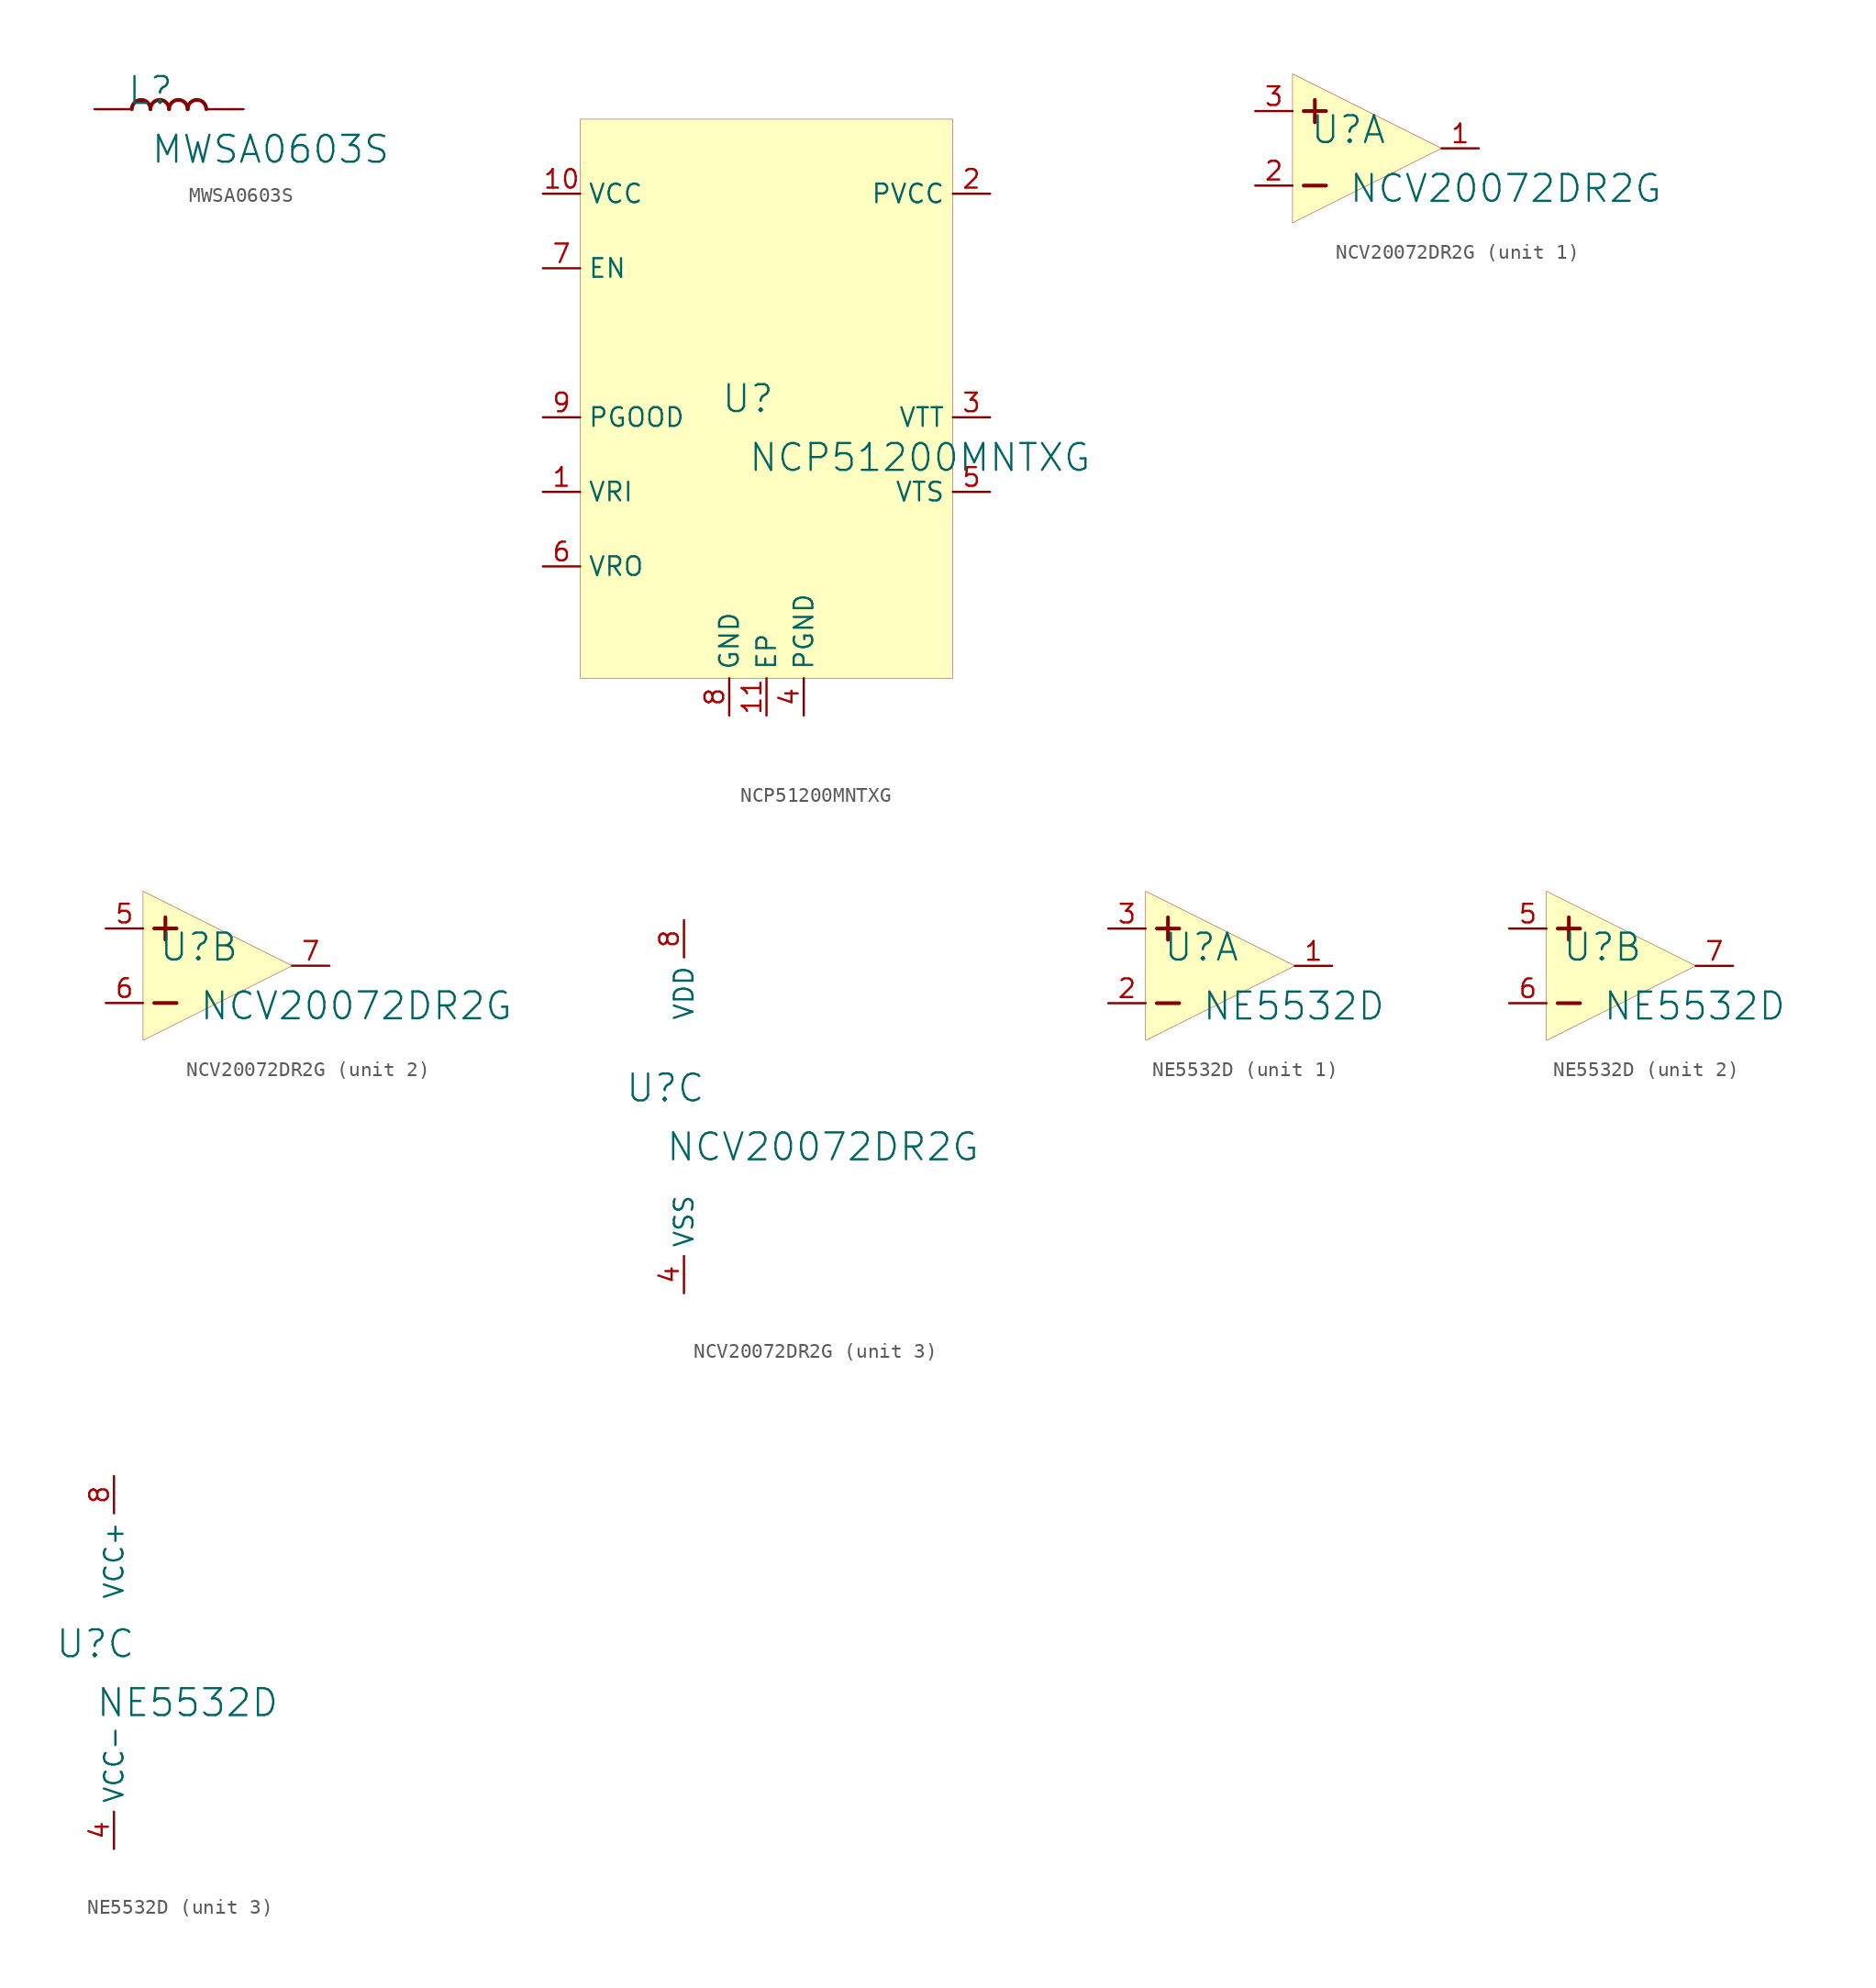
<source format=kicad_sym>
(kicad_symbol_lib
  (version 20231120)
  (generator "kicad_symbol_editor")
  (generator_version "8.0")
  (symbol "MWSA0603S"
    (property "Reference" "L"
      (at -1.27 1.27 0)
      (effects (font (size 1.829 1.829))))
    (property "Value" "MWSA0603S"
      (at -1.27 -3.81 0)
      (effects (font (size 1.829 1.829)) (justify left bottom)))
    (symbol "MWSA0603S_1_0"
      (arc (start -1.27 0) (mid -1.905 0.635) (end -2.54 0) (stroke (width 0.254) (type solid)) (fill (type none)))
      (arc (start 0 0) (mid -0.635 0.635) (end -1.27 0) (stroke (width 0.254) (type solid)) (fill (type none)))
      (arc (start 1.27 0) (mid 0.635 0.635) (end 0 0) (stroke (width 0.254) (type solid)) (fill (type none)))
      (arc (start 2.54 0) (mid 1.905 0.635) (end 1.27 0) (stroke (width 0.254) (type solid)) (fill (type none)))
      (pin passive line (at -5.08 0 0) (length 2.54) (name "1" (effects (font (size 0 0)))) (number "1" (effects (font (size 0 0)))))
      (pin passive line (at 5.08 0 180) (length 2.54) (name "2" (effects (font (size 0 0)))) (number "2" (effects (font (size 0 0)))))))
  (symbol "NCP51200MNTXG"
    (property "Reference" "U"
      (at -1.27 1.27 0)
      (effects (font (size 1.829 1.829))))
    (property "Value" "NCP51200MNTXG"
      (at -1.27 -3.81 0)
      (effects (font (size 1.829 1.829)) (justify left bottom)))
    (symbol "NCP51200MNTXG_1_0"
      (rectangle (start 12.7 20.32) (end -12.7 -17.78) (stroke (width 0.025) (type solid) (color 128 0 0 1)) (fill (type background)))
      (pin passive line (at -15.24 -5.08 0) (length 2.54) (name "VRI" (effects (font (size 1.27 1.27)))) (number "1" (effects (font (size 1.27 1.27)))))
      (pin passive line (at -15.24 15.24 0) (length 2.54) (name "VCC" (effects (font (size 1.27 1.27)))) (number "10" (effects (font (size 1.27 1.27)))))
      (pin passive line (at 0 -20.32 90) (length 2.54) (name "EP" (effects (font (size 1.27 1.27)))) (number "11" (effects (font (size 1.27 1.27)))))
      (pin passive line (at 15.24 15.24 180) (length 2.54) (name "PVCC" (effects (font (size 1.27 1.27)))) (number "2" (effects (font (size 1.27 1.27)))))
      (pin passive line (at 15.24 0 180) (length 2.54) (name "VTT" (effects (font (size 1.27 1.27)))) (number "3" (effects (font (size 1.27 1.27)))))
      (pin passive line (at 2.54 -20.32 90) (length 2.54) (name "PGND" (effects (font (size 1.27 1.27)))) (number "4" (effects (font (size 1.27 1.27)))))
      (pin passive line (at 15.24 -5.08 180) (length 2.54) (name "VTS" (effects (font (size 1.27 1.27)))) (number "5" (effects (font (size 1.27 1.27)))))
      (pin passive line (at -15.24 -10.16 0) (length 2.54) (name "VRO" (effects (font (size 1.27 1.27)))) (number "6" (effects (font (size 1.27 1.27)))))
      (pin passive line (at -15.24 10.16 0) (length 2.54) (name "EN" (effects (font (size 1.27 1.27)))) (number "7" (effects (font (size 1.27 1.27)))))
      (pin passive line (at -2.54 -20.32 90) (length 2.54) (name "GND" (effects (font (size 1.27 1.27)))) (number "8" (effects (font (size 1.27 1.27)))))
      (pin passive line (at -15.24 0 0) (length 2.54) (name "PGOOD" (effects (font (size 1.27 1.27)))) (number "9" (effects (font (size 1.27 1.27)))))))
  (symbol "NCV20072DR2G"
    (property "Reference" "U"
      (at -1.27 1.27 0)
      (effects (font (size 1.829 1.829))))
    (property "Value" "NCV20072DR2G"
      (at -1.27 -3.81 0)
      (effects (font (size 1.829 1.829)) (justify left bottom)))
    (symbol "NCV20072DR2G_1_0"
      (polyline (pts (xy -4.318 -2.54) (xy -2.794 -2.54)) (stroke (width 0.254) (type solid)) (fill (type none)))
      (polyline (pts (xy -4.318 2.54) (xy -2.794 2.54)) (stroke (width 0.254) (type solid)) (fill (type none)))
      (polyline (pts (xy -3.556 1.778) (xy -3.556 3.302)) (stroke (width 0.254) (type solid)) (fill (type none)))
      (polyline (pts (xy 5.08 0) (xy -5.08 5.08) (xy -5.08 -5.08) (xy 5.08 0) (xy 5.08 0)) (stroke (width 0.025) (type solid)) (fill (type background)))
      (pin output line (at 7.62 0 180) (length 2.54) (name "1OUT" (effects (font (size 0 0)))) (number "1" (effects (font (size 1.27 1.27)))))
      (pin input line (at -7.62 -2.54 0) (length 2.54) (name "1IN-" (effects (font (size 0 0)))) (number "2" (effects (font (size 1.27 1.27)))))
      (pin input line (at -7.62 2.54 0) (length 2.54) (name "1IN+" (effects (font (size 0 0)))) (number "3" (effects (font (size 1.27 1.27))))))
    (symbol "NCV20072DR2G_2_0"
      (polyline (pts (xy -4.318 -2.54) (xy -2.794 -2.54)) (stroke (width 0.254) (type solid)) (fill (type none)))
      (polyline (pts (xy -4.318 2.54) (xy -2.794 2.54)) (stroke (width 0.254) (type solid)) (fill (type none)))
      (polyline (pts (xy -3.556 1.778) (xy -3.556 3.302)) (stroke (width 0.254) (type solid)) (fill (type none)))
      (polyline (pts (xy 5.08 0) (xy -5.08 5.08) (xy -5.08 -5.08) (xy 5.08 0) (xy 5.08 0)) (stroke (width 0.025) (type solid)) (fill (type background)))
      (pin input line (at -7.62 2.54 0) (length 2.54) (name "2IN+" (effects (font (size 0 0)))) (number "5" (effects (font (size 1.27 1.27)))))
      (pin input line (at -7.62 -2.54 0) (length 2.54) (name "2IN-" (effects (font (size 0 0)))) (number "6" (effects (font (size 1.27 1.27)))))
      (pin output line (at 7.62 0 180) (length 2.54) (name "2OUT" (effects (font (size 0 0)))) (number "7" (effects (font (size 1.27 1.27))))))
    (symbol "NCV20072DR2G_3_0"
      (pin power_in line (at 0 -12.7 90) (length 2.54) (name "VSS" (effects (font (size 1.27 1.27)))) (number "4" (effects (font (size 1.27 1.27)))))
      (pin power_in line (at 0 12.7 270) (length 2.54) (name "VDD" (effects (font (size 1.27 1.27)))) (number "8" (effects (font (size 1.27 1.27)))))))
  (symbol "NE5532D"
    (property "Reference" "U"
      (at -1.27 1.27 0)
      (effects (font (size 1.829 1.829))))
    (property "Value" "NE5532D"
      (at -1.27 -3.81 0)
      (effects (font (size 1.829 1.829)) (justify left bottom)))
    (symbol "NE5532D_1_0"
      (polyline (pts (xy -4.318 -2.54) (xy -2.794 -2.54)) (stroke (width 0.254) (type solid)) (fill (type none)))
      (polyline (pts (xy -4.318 2.54) (xy -2.794 2.54)) (stroke (width 0.254) (type solid)) (fill (type none)))
      (polyline (pts (xy -3.556 1.778) (xy -3.556 3.302)) (stroke (width 0.254) (type solid)) (fill (type none)))
      (polyline (pts (xy 5.08 0) (xy -5.08 5.08) (xy -5.08 -5.08) (xy 5.08 0) (xy 5.08 0)) (stroke (width 0.025) (type solid)) (fill (type background)))
      (pin output line (at 7.62 0 180) (length 2.54) (name "1OUT" (effects (font (size 0 0)))) (number "1" (effects (font (size 1.27 1.27)))))
      (pin input line (at -7.62 -2.54 0) (length 2.54) (name "1IN-" (effects (font (size 0 0)))) (number "2" (effects (font (size 1.27 1.27)))))
      (pin input line (at -7.62 2.54 0) (length 2.54) (name "1IN+" (effects (font (size 0 0)))) (number "3" (effects (font (size 1.27 1.27))))))
    (symbol "NE5532D_2_0"
      (polyline (pts (xy -4.318 -2.54) (xy -2.794 -2.54)) (stroke (width 0.254) (type solid)) (fill (type none)))
      (polyline (pts (xy -4.318 2.54) (xy -2.794 2.54)) (stroke (width 0.254) (type solid)) (fill (type none)))
      (polyline (pts (xy -3.556 1.778) (xy -3.556 3.302)) (stroke (width 0.254) (type solid)) (fill (type none)))
      (polyline (pts (xy 5.08 0) (xy -5.08 5.08) (xy -5.08 -5.08) (xy 5.08 0) (xy 5.08 0)) (stroke (width 0.025) (type solid)) (fill (type background)))
      (pin input line (at -7.62 2.54 0) (length 2.54) (name "2IN+" (effects (font (size 0 0)))) (number "5" (effects (font (size 1.27 1.27)))))
      (pin input line (at -7.62 -2.54 0) (length 2.54) (name "2IN-" (effects (font (size 0 0)))) (number "6" (effects (font (size 1.27 1.27)))))
      (pin output line (at 7.62 0 180) (length 2.54) (name "2OUT" (effects (font (size 0 0)))) (number "7" (effects (font (size 1.27 1.27))))))
    (symbol "NE5532D_3_0"
      (pin passive line (at 0 -12.7 90) (length 2.54) (name "VCC-" (effects (font (size 1.27 1.27)))) (number "4" (effects (font (size 1.27 1.27)))))
      (pin passive line (at 0 12.7 270) (length 2.54) (name "VCC+" (effects (font (size 1.27 1.27)))) (number "8" (effects (font (size 1.27 1.27))))))))
</source>
